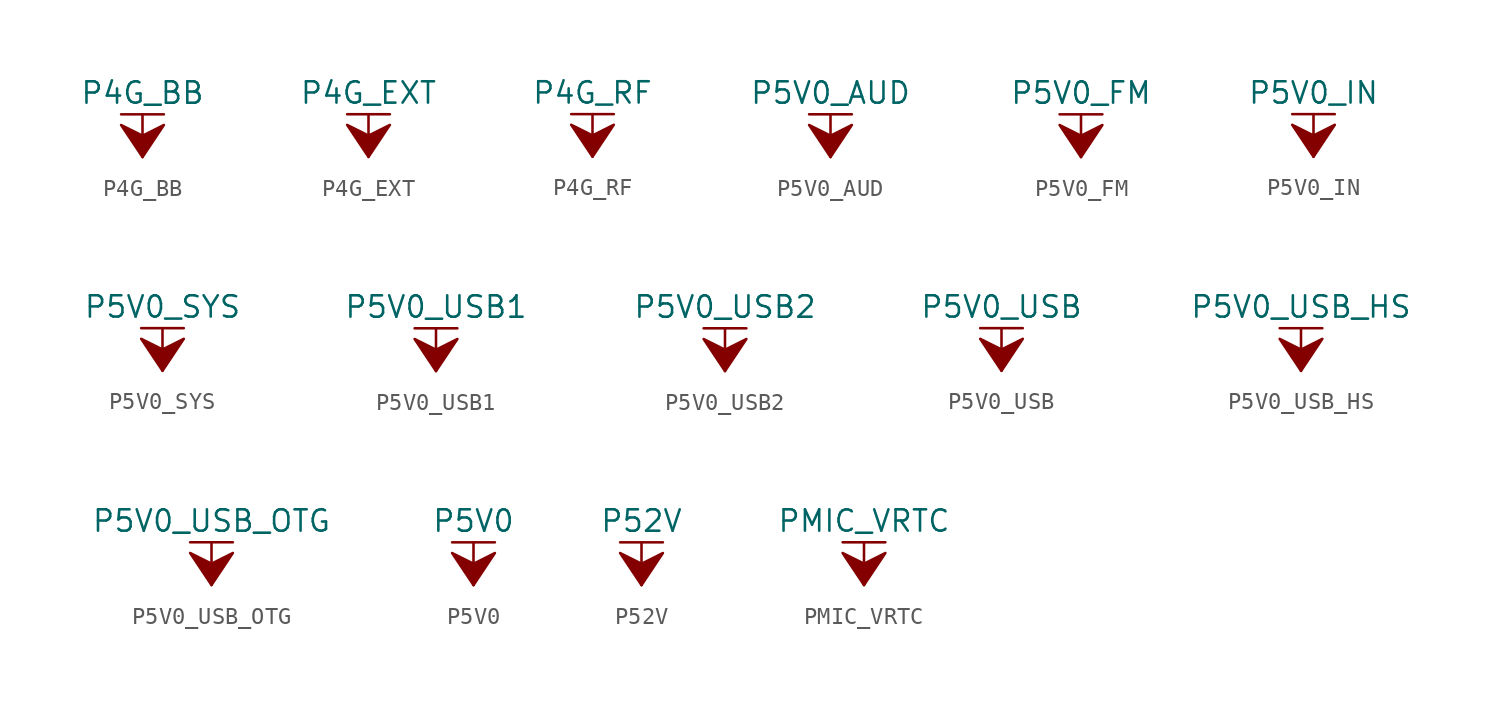
<source format=kicad_sym>
(kicad_symbol_lib
  (version 20211014)
  (generator kicad_symbol_editor)
  (symbol "P4G_BB"
    (power)
    (pin_names
      (offset 0))
    (property "Reference" "#PWR"
      (at 0 -3.81 0)
      (effects (font (size 1.27 1.27)) hide))
    (property "Value" "P4G_BB"
      (at 0 3.81 0)
      (effects (font (size 1.27 1.27))))
    (symbol "P4G_BB_0_1"
      (polyline (pts (xy -1.27 2.54) (xy 1.27 2.54)) (stroke (width 0.152) (type default) (color 0 0 0 0)) (fill (type none)))
      (polyline (pts (xy 0 0) (xy 0 2.54)) (stroke (width 0.152) (type default) (color 0 0 0 0)) (fill (type none)))
      (polyline (pts (xy 0 0) (xy 1.27 1.905) (xy 0 1.27) (xy -1.27 1.905) (xy 0 0)) (stroke (width 0.152) (type default) (color 0 0 0 0)) (fill (type outline))))
    (symbol "P4G_BB_1_1"
      (pin power_in line (at 0 0 90) (length 0) hide (name "P4G_BB" (effects (font (size 1.27 1.27)))) (number "1" (effects (font (size 1.27 1.27)))))))
  (symbol "P4G_EXT"
    (power)
    (pin_names
      (offset 0))
    (property "Reference" "#PWR"
      (at 0 -3.81 0)
      (effects (font (size 1.27 1.27)) hide))
    (property "Value" "P4G_EXT"
      (at 0 3.81 0)
      (effects (font (size 1.27 1.27))))
    (symbol "P4G_EXT_0_1"
      (polyline (pts (xy -1.27 2.54) (xy 1.27 2.54)) (stroke (width 0.152) (type default) (color 0 0 0 0)) (fill (type none)))
      (polyline (pts (xy 0 0) (xy 0 2.54)) (stroke (width 0.152) (type default) (color 0 0 0 0)) (fill (type none)))
      (polyline (pts (xy 0 0) (xy 1.27 1.905) (xy 0 1.27) (xy -1.27 1.905) (xy 0 0)) (stroke (width 0.152) (type default) (color 0 0 0 0)) (fill (type outline))))
    (symbol "P4G_EXT_1_1"
      (pin power_in line (at 0 0 90) (length 0) hide (name "P4G_EXT" (effects (font (size 1.27 1.27)))) (number "1" (effects (font (size 1.27 1.27)))))))
  (symbol "P4G_RF"
    (power)
    (pin_names
      (offset 0))
    (property "Reference" "#PWR"
      (at 0 -3.81 0)
      (effects (font (size 1.27 1.27)) hide))
    (property "Value" "P4G_RF"
      (at 0 3.81 0)
      (effects (font (size 1.27 1.27))))
    (symbol "P4G_RF_0_1"
      (polyline (pts (xy -1.27 2.54) (xy 1.27 2.54)) (stroke (width 0.152) (type default) (color 0 0 0 0)) (fill (type none)))
      (polyline (pts (xy 0 0) (xy 0 2.54)) (stroke (width 0.152) (type default) (color 0 0 0 0)) (fill (type none)))
      (polyline (pts (xy 0 0) (xy 1.27 1.905) (xy 0 1.27) (xy -1.27 1.905) (xy 0 0)) (stroke (width 0.152) (type default) (color 0 0 0 0)) (fill (type outline))))
    (symbol "P4G_RF_1_1"
      (pin power_in line (at 0 0 90) (length 0) hide (name "P4G_RF" (effects (font (size 1.27 1.27)))) (number "1" (effects (font (size 1.27 1.27)))))))
  (symbol "P5V0_AUD"
    (power)
    (pin_names
      (offset 0))
    (property "Reference" "#PWR"
      (at 0 -3.81 0)
      (effects (font (size 1.27 1.27)) hide))
    (property "Value" "P5V0_AUD"
      (at 0 3.81 0)
      (effects (font (size 1.27 1.27))))
    (symbol "P5V0_AUD_0_1"
      (polyline (pts (xy -1.27 2.54) (xy 1.27 2.54)) (stroke (width 0.152) (type default) (color 0 0 0 0)) (fill (type none)))
      (polyline (pts (xy 0 0) (xy 0 2.54)) (stroke (width 0.152) (type default) (color 0 0 0 0)) (fill (type none)))
      (polyline (pts (xy 0 0) (xy 1.27 1.905) (xy 0 1.27) (xy -1.27 1.905) (xy 0 0)) (stroke (width 0.152) (type default) (color 0 0 0 0)) (fill (type outline))))
    (symbol "P5V0_AUD_1_1"
      (pin power_in line (at 0 0 90) (length 0) hide (name "P5V0_AUD" (effects (font (size 1.27 1.27)))) (number "1" (effects (font (size 1.27 1.27)))))))
  (symbol "P5V0_FM"
    (power)
    (pin_names
      (offset 0))
    (property "Reference" "#PWR"
      (at 0 -3.81 0)
      (effects (font (size 1.27 1.27)) hide))
    (property "Value" "P5V0_FM"
      (at 0 3.81 0)
      (effects (font (size 1.27 1.27))))
    (symbol "P5V0_FM_0_1"
      (polyline (pts (xy -1.27 2.54) (xy 1.27 2.54)) (stroke (width 0.152) (type default) (color 0 0 0 0)) (fill (type none)))
      (polyline (pts (xy 0 0) (xy 0 2.54)) (stroke (width 0.152) (type default) (color 0 0 0 0)) (fill (type none)))
      (polyline (pts (xy 0 0) (xy 1.27 1.905) (xy 0 1.27) (xy -1.27 1.905) (xy 0 0)) (stroke (width 0.152) (type default) (color 0 0 0 0)) (fill (type outline))))
    (symbol "P5V0_FM_1_1"
      (pin power_in line (at 0 0 90) (length 0) hide (name "P5V0_FM" (effects (font (size 1.27 1.27)))) (number "1" (effects (font (size 1.27 1.27)))))))
  (symbol "P5V0_IN"
    (power)
    (pin_names
      (offset 0))
    (property "Reference" "#PWR"
      (at 0 -3.81 0)
      (effects (font (size 1.27 1.27)) hide))
    (property "Value" "P5V0_IN"
      (at 0 3.81 0)
      (effects (font (size 1.27 1.27))))
    (symbol "P5V0_IN_0_1"
      (polyline (pts (xy -1.27 2.54) (xy 1.27 2.54)) (stroke (width 0.152) (type default) (color 0 0 0 0)) (fill (type none)))
      (polyline (pts (xy 0 0) (xy 0 2.54)) (stroke (width 0.152) (type default) (color 0 0 0 0)) (fill (type none)))
      (polyline (pts (xy 0 0) (xy 1.27 1.905) (xy 0 1.27) (xy -1.27 1.905) (xy 0 0)) (stroke (width 0.152) (type default) (color 0 0 0 0)) (fill (type outline))))
    (symbol "P5V0_IN_1_1"
      (pin power_in line (at 0 0 90) (length 0) hide (name "P5V0_IN" (effects (font (size 1.27 1.27)))) (number "1" (effects (font (size 1.27 1.27)))))))
  (symbol "P5V0_SYS"
    (power)
    (pin_names
      (offset 0))
    (property "Reference" "#PWR"
      (at 0 -3.81 0)
      (effects (font (size 1.27 1.27)) hide))
    (property "Value" "P5V0_SYS"
      (at 0 3.81 0)
      (effects (font (size 1.27 1.27))))
    (symbol "P5V0_SYS_0_1"
      (polyline (pts (xy -1.27 2.54) (xy 1.27 2.54)) (stroke (width 0.152) (type default) (color 0 0 0 0)) (fill (type none)))
      (polyline (pts (xy 0 0) (xy 0 2.54)) (stroke (width 0.152) (type default) (color 0 0 0 0)) (fill (type none)))
      (polyline (pts (xy 0 0) (xy 1.27 1.905) (xy 0 1.27) (xy -1.27 1.905) (xy 0 0)) (stroke (width 0.152) (type default) (color 0 0 0 0)) (fill (type outline))))
    (symbol "P5V0_SYS_1_1"
      (pin power_in line (at 0 0 90) (length 0) hide (name "P5V0_SYS" (effects (font (size 1.27 1.27)))) (number "1" (effects (font (size 1.27 1.27)))))))
  (symbol "P5V0_USB1"
    (power)
    (pin_names
      (offset 0))
    (property "Reference" "#PWR"
      (at 0 -3.81 0)
      (effects (font (size 1.27 1.27)) hide))
    (property "Value" "P5V0_USB1"
      (at 0 3.81 0)
      (effects (font (size 1.27 1.27))))
    (symbol "P5V0_USB1_0_1"
      (polyline (pts (xy -1.27 2.54) (xy 1.27 2.54)) (stroke (width 0.152) (type default) (color 0 0 0 0)) (fill (type none)))
      (polyline (pts (xy 0 0) (xy 0 2.54)) (stroke (width 0.152) (type default) (color 0 0 0 0)) (fill (type none)))
      (polyline (pts (xy 0 0) (xy 1.27 1.905) (xy 0 1.27) (xy -1.27 1.905) (xy 0 0)) (stroke (width 0.152) (type default) (color 0 0 0 0)) (fill (type outline))))
    (symbol "P5V0_USB1_1_1"
      (pin power_in line (at 0 0 90) (length 0) hide (name "P5V0_USB1" (effects (font (size 1.27 1.27)))) (number "1" (effects (font (size 1.27 1.27)))))))
  (symbol "P5V0_USB2"
    (power)
    (pin_names
      (offset 0))
    (property "Reference" "#PWR"
      (at 0 -3.81 0)
      (effects (font (size 1.27 1.27)) hide))
    (property "Value" "P5V0_USB2"
      (at 0 3.81 0)
      (effects (font (size 1.27 1.27))))
    (symbol "P5V0_USB2_0_1"
      (polyline (pts (xy -1.27 2.54) (xy 1.27 2.54)) (stroke (width 0.152) (type default) (color 0 0 0 0)) (fill (type none)))
      (polyline (pts (xy 0 0) (xy 0 2.54)) (stroke (width 0.152) (type default) (color 0 0 0 0)) (fill (type none)))
      (polyline (pts (xy 0 0) (xy 1.27 1.905) (xy 0 1.27) (xy -1.27 1.905) (xy 0 0)) (stroke (width 0.152) (type default) (color 0 0 0 0)) (fill (type outline))))
    (symbol "P5V0_USB2_1_1"
      (pin power_in line (at 0 0 90) (length 0) hide (name "P5V0_USB2" (effects (font (size 1.27 1.27)))) (number "1" (effects (font (size 1.27 1.27)))))))
  (symbol "P5V0_USB"
    (power)
    (pin_names
      (offset 0))
    (property "Reference" "#PWR"
      (at 0 -3.81 0)
      (effects (font (size 1.27 1.27)) hide))
    (property "Value" "P5V0_USB"
      (at 0 3.81 0)
      (effects (font (size 1.27 1.27))))
    (symbol "P5V0_USB_0_1"
      (polyline (pts (xy -1.27 2.54) (xy 1.27 2.54)) (stroke (width 0.152) (type default) (color 0 0 0 0)) (fill (type none)))
      (polyline (pts (xy 0 0) (xy 0 2.54)) (stroke (width 0.152) (type default) (color 0 0 0 0)) (fill (type none)))
      (polyline (pts (xy 0 0) (xy 1.27 1.905) (xy 0 1.27) (xy -1.27 1.905) (xy 0 0)) (stroke (width 0.152) (type default) (color 0 0 0 0)) (fill (type outline))))
    (symbol "P5V0_USB_1_1"
      (pin power_in line (at 0 0 90) (length 0) hide (name "P5V0_USB" (effects (font (size 1.27 1.27)))) (number "1" (effects (font (size 1.27 1.27)))))))
  (symbol "P5V0_USB_HS"
    (power)
    (pin_names
      (offset 0))
    (property "Reference" "#PWR"
      (at 0 -3.81 0)
      (effects (font (size 1.27 1.27)) hide))
    (property "Value" "P5V0_USB_HS"
      (at 0 3.81 0)
      (effects (font (size 1.27 1.27))))
    (symbol "P5V0_USB_HS_0_1"
      (polyline (pts (xy -1.27 2.54) (xy 1.27 2.54)) (stroke (width 0.152) (type default) (color 0 0 0 0)) (fill (type none)))
      (polyline (pts (xy 0 0) (xy 0 2.54)) (stroke (width 0.152) (type default) (color 0 0 0 0)) (fill (type none)))
      (polyline (pts (xy 0 0) (xy 1.27 1.905) (xy 0 1.27) (xy -1.27 1.905) (xy 0 0)) (stroke (width 0.152) (type default) (color 0 0 0 0)) (fill (type outline))))
    (symbol "P5V0_USB_HS_1_1"
      (pin power_in line (at 0 0 90) (length 0) hide (name "P5V0_USB_HS" (effects (font (size 1.27 1.27)))) (number "1" (effects (font (size 1.27 1.27)))))))
  (symbol "P5V0_USB_OTG"
    (power)
    (pin_names
      (offset 0))
    (property "Reference" "#PWR"
      (at 0 -3.81 0)
      (effects (font (size 1.27 1.27)) hide))
    (property "Value" "P5V0_USB_OTG"
      (at 0 3.81 0)
      (effects (font (size 1.27 1.27))))
    (symbol "P5V0_USB_OTG_0_1"
      (polyline (pts (xy -1.27 2.54) (xy 1.27 2.54)) (stroke (width 0.152) (type default) (color 0 0 0 0)) (fill (type none)))
      (polyline (pts (xy 0 0) (xy 0 2.54)) (stroke (width 0.152) (type default) (color 0 0 0 0)) (fill (type none)))
      (polyline (pts (xy 0 0) (xy 1.27 1.905) (xy 0 1.27) (xy -1.27 1.905) (xy 0 0)) (stroke (width 0.152) (type default) (color 0 0 0 0)) (fill (type outline))))
    (symbol "P5V0_USB_OTG_1_1"
      (pin power_in line (at 0 0 90) (length 0) hide (name "P5V0_USB_OTG" (effects (font (size 1.27 1.27)))) (number "1" (effects (font (size 1.27 1.27)))))))
  (symbol "P5V0"
    (power)
    (pin_names
      (offset 0))
    (property "Reference" "#PWR"
      (at 0 -3.81 0)
      (effects (font (size 1.27 1.27)) hide))
    (property "Value" "P5V0"
      (at 0 3.81 0)
      (effects (font (size 1.27 1.27))))
    (symbol "P5V0_0_1"
      (polyline (pts (xy -1.27 2.54) (xy 1.27 2.54)) (stroke (width 0.152) (type default) (color 0 0 0 0)) (fill (type none)))
      (polyline (pts (xy 0 0) (xy 0 2.54)) (stroke (width 0.152) (type default) (color 0 0 0 0)) (fill (type none)))
      (polyline (pts (xy 0 0) (xy 1.27 1.905) (xy 0 1.27) (xy -1.27 1.905) (xy 0 0)) (stroke (width 0.152) (type default) (color 0 0 0 0)) (fill (type outline))))
    (symbol "P5V0_1_1"
      (pin power_in line (at 0 0 90) (length 0) hide (name "P5V0" (effects (font (size 1.27 1.27)))) (number "1" (effects (font (size 1.27 1.27)))))))
  (symbol "P52V"
    (power)
    (pin_names
      (offset 0))
    (property "Reference" "#PWR"
      (at 0 -3.81 0)
      (effects (font (size 1.27 1.27)) hide))
    (property "Value" "P52V"
      (at 0 3.81 0)
      (effects (font (size 1.27 1.27))))
    (symbol "P52V_0_1"
      (polyline (pts (xy -1.27 2.54) (xy 1.27 2.54)) (stroke (width 0.152) (type default) (color 0 0 0 0)) (fill (type none)))
      (polyline (pts (xy 0 0) (xy 0 2.54)) (stroke (width 0.152) (type default) (color 0 0 0 0)) (fill (type none)))
      (polyline (pts (xy 0 0) (xy 1.27 1.905) (xy 0 1.27) (xy -1.27 1.905) (xy 0 0)) (stroke (width 0.152) (type default) (color 0 0 0 0)) (fill (type outline))))
    (symbol "P52V_1_1"
      (pin power_in line (at 0 0 90) (length 0) hide (name "P52V" (effects (font (size 1.27 1.27)))) (number "1" (effects (font (size 1.27 1.27)))))))
  (symbol "PMIC_VRTC"
    (power)
    (pin_names
      (offset 0))
    (property "Reference" "#PWR"
      (at 0 -3.81 0)
      (effects (font (size 1.27 1.27)) hide))
    (property "Value" "PMIC_VRTC"
      (at 0 3.81 0)
      (effects (font (size 1.27 1.27))))
    (symbol "PMIC_VRTC_0_1"
      (polyline (pts (xy -1.27 2.54) (xy 1.27 2.54)) (stroke (width 0.152) (type default) (color 0 0 0 0)) (fill (type none)))
      (polyline (pts (xy 0 0) (xy 0 2.54)) (stroke (width 0.152) (type default) (color 0 0 0 0)) (fill (type none)))
      (polyline (pts (xy 0 0) (xy 1.27 1.905) (xy 0 1.27) (xy -1.27 1.905) (xy 0 0)) (stroke (width 0.152) (type default) (color 0 0 0 0)) (fill (type outline))))
    (symbol "PMIC_VRTC_1_1"
      (pin power_in line (at 0 0 90) (length 0) hide (name "PMIC_VRTC" (effects (font (size 1.27 1.27)))) (number "1" (effects (font (size 1.27 1.27))))))))
</source>
